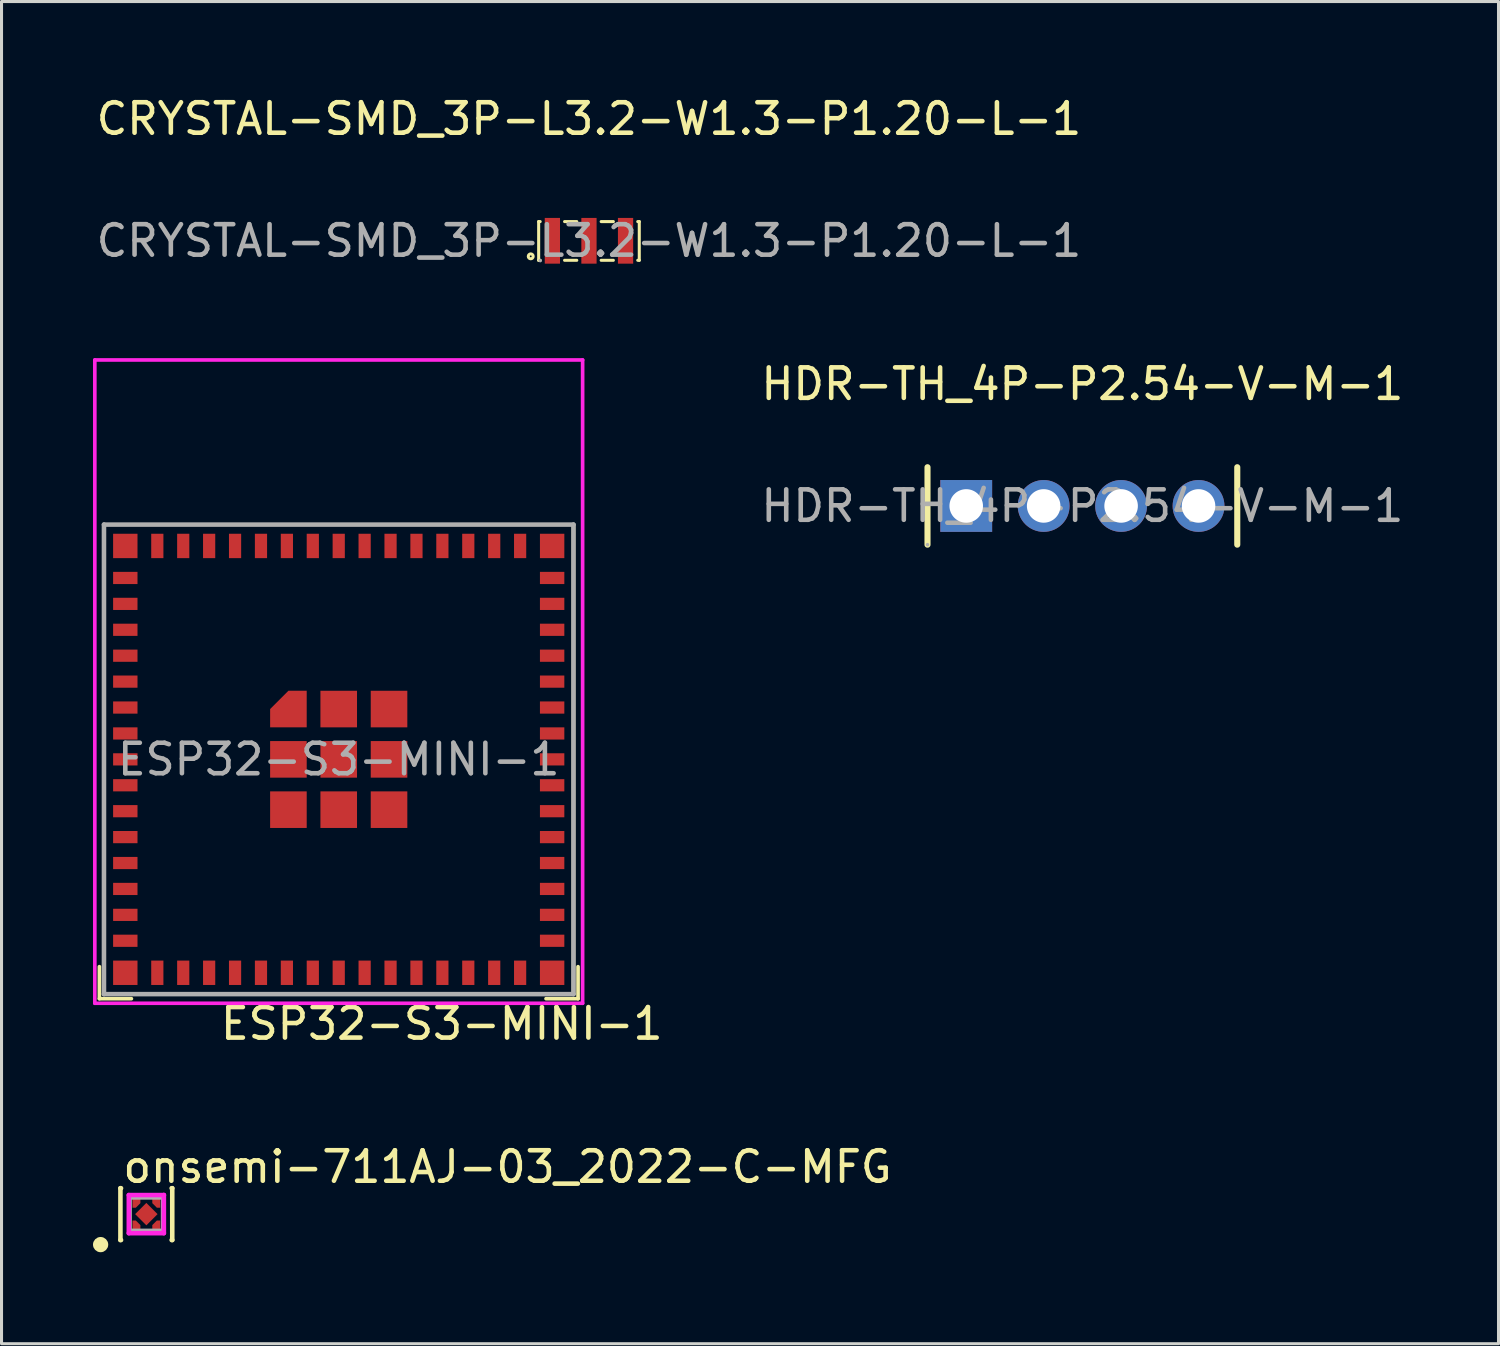
<source format=kicad_pcb>
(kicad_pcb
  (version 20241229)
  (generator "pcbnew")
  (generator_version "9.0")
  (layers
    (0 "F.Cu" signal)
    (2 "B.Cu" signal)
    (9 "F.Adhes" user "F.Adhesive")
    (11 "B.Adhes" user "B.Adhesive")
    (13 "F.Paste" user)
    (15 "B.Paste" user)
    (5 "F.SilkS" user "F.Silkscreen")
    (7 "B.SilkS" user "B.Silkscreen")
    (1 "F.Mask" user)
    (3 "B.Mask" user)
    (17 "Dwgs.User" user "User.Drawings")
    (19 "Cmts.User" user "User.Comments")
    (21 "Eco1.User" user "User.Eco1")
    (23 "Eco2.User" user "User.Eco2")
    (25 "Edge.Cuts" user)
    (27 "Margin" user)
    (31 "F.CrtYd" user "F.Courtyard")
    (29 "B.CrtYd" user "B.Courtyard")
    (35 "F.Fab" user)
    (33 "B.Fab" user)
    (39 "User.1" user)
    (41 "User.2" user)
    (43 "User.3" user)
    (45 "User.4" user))
  (footprint "onsemi-711AJ-03_2022-C-MFG"
    (layer "F.Cu")
    (at 1.75 36.773)
    (property "Reference" "onsemi-711AJ-03_2022-C-MFG" (at -0.85 -1.55 0) (layer "F.SilkS") (effects (font (size 1 1) (thickness 0.15)) (justify left)))
    (attr through_hole)
    (fp_line (start -0.85 -0.85) (end -0.83 -0.85) (stroke (width 0.15) (type solid)) (layer "F.SilkS"))
    (fp_line (start -0.85 0.85) (end -0.85 -0.85) (stroke (width 0.15) (type solid)) (layer "F.SilkS"))
    (fp_line (start -0.85 0.85) (end -0.83 0.85) (stroke (width 0.15) (type solid)) (layer "F.SilkS"))
    (fp_line (start 0.83 -0.85) (end 0.85 -0.85) (stroke (width 0.15) (type solid)) (layer "F.SilkS"))
    (fp_line (start 0.83 0.85) (end 0.85 0.85) (stroke (width 0.15) (type solid)) (layer "F.SilkS"))
    (fp_line (start 0.85 0.85) (end 0.85 -0.85) (stroke (width 0.15) (type solid)) (layer "F.SilkS"))
    (fp_circle (center -1.5 1) (end -1.375 1) (stroke (width 0.25) (type solid)) (fill no) (layer "F.SilkS"))
    (fp_line (start -0.575 -0.625) (end -0.575 0.625) (stroke (width 0.15) (type solid)) (layer "F.CrtYd"))
    (fp_line (start -0.575 0.625) (end 0.575 0.625) (stroke (width 0.15) (type solid)) (layer "F.CrtYd"))
    (fp_line (start 0.575 -0.625) (end -0.575 -0.625) (stroke (width 0.15) (type solid)) (layer "F.CrtYd"))
    (fp_line (start 0.575 -0.625) (end 0.575 -0.625) (stroke (width 0.15) (type solid)) (layer "F.CrtYd"))
    (fp_line (start 0.575 0.625) (end 0.575 -0.625) (stroke (width 0.15) (type solid)) (layer "F.CrtYd"))
    (fp_line (start -0.55 -0.55) (end 0.55 -0.55) (stroke (width 0.15) (type solid)) (layer "F.Fab"))
    (fp_line (start -0.55 0.55) (end -0.55 -0.55) (stroke (width 0.15) (type solid)) (layer "F.Fab"))
    (fp_line (start 0.55 -0.55) (end 0.55 0.55) (stroke (width 0.15) (type solid)) (layer "F.Fab"))
    (fp_line (start 0.55 0.55) (end -0.55 0.55) (stroke (width 0.15) (type solid)) (layer "F.Fab"))
    (pad "1" smd custom (at -0.325 0.405) (size 0.2 0.2) (layers "F.Cu" "F.Mask" "F.Paste") (options (anchor circle)) (primitives (gr_poly (pts (xy -0.13 0.195) (xy 0.13 0.195) (xy 0.13 -0.045) (xy -0.02 -0.195) (xy -0.13 -0.195) (xy -0.13 0.195)) (width 0) (fill yes))))
    (pad "2" smd custom (at 0.325 0.405) (size 0.2 0.2) (layers "F.Cu" "F.Mask" "F.Paste") (options (anchor circle)) (primitives (gr_poly (pts (xy 0.13 0.195) (xy 0.13 -0.195) (xy 0.02 -0.195) (xy -0.13 -0.045) (xy -0.13 0.195) (xy 0.13 0.195)) (width 0) (fill yes))))
    (pad "3" smd custom (at 0.325 -0.405) (size 0.2 0.2) (layers "F.Cu" "F.Mask" "F.Paste") (options (anchor circle)) (primitives (gr_poly (pts (xy 0.13 -0.195) (xy -0.13 -0.195) (xy -0.13 0.045) (xy 0.02 0.195) (xy 0.13 0.195) (xy 0.13 -0.195)) (width 0) (fill yes))))
    (pad "4" smd custom (at -0.325 -0.405) (size 0.2 0.2) (layers "F.Cu" "F.Mask" "F.Paste") (options (anchor circle)) (primitives (gr_poly (pts (xy -0.13 -0.195) (xy -0.13 0.195) (xy -0.02 0.195) (xy 0.13 0.045) (xy 0.13 -0.195) (xy -0.13 -0.195)) (width 0) (fill yes))))
    (pad "5" smd rect (at 0 0.000001 315) (size 0.52 0.52) (layers "F.Cu" "F.Mask" "F.Paste")))
  (footprint "ESP32-S3-MINI-1"
    (layer "F.Cu")
    (at 8.06 21.857)
    (property "Reference" "ESP32-S3-MINI-1" (at 3.38 8.67 0) (layer "F.SilkS") (effects (font (size 1 1) (thickness 0.15))))
    (attr smd)
    (fp_line (start -7.85 7.85) (end -7.85 6.8) (stroke (width 0.12) (type solid)) (layer "F.SilkS"))
    (fp_line (start -7.7 7.7) (end -7.7 -7.7) (stroke (width 0.12) (type solid)) (layer "F.SilkS"))
    (fp_line (start -6.8 7.85) (end -7.85 7.85) (stroke (width 0.12) (type solid)) (layer "F.SilkS"))
    (fp_line (start 6.8 7.85) (end 7.85 7.85) (stroke (width 0.12) (type solid)) (layer "F.SilkS"))
    (fp_line (start 7.7 -7.7) (end 7.7 7.7) (stroke (width 0.12) (type solid)) (layer "F.SilkS"))
    (fp_line (start 7.7 7.7) (end -7.7 7.7) (stroke (width 0.12) (type solid)) (layer "F.SilkS"))
    (fp_line (start 7.85 7.85) (end 7.85 6.8) (stroke (width 0.12) (type solid)) (layer "F.SilkS"))
    (fp_line (start -8 -13.1) (end -8 8) (stroke (width 0.12) (type solid)) (layer "F.CrtYd"))
    (fp_line (start -8 8) (end 8 8) (stroke (width 0.12) (type solid)) (layer "F.CrtYd"))
    (fp_line (start 8 -13.1) (end -8 -13.1) (stroke (width 0.12) (type solid)) (layer "F.CrtYd"))
    (fp_line (start 8 8) (end 8 -13.1) (stroke (width 0.12) (type solid)) (layer "F.CrtYd"))
    (fp_line (start -7.7 -7.7) (end -7.7 7.7) (stroke (width 0.15) (type solid)) (layer "F.Fab"))
    (fp_line (start -7.7 7.7) (end 7.7 7.7) (stroke (width 0.15) (type solid)) (layer "F.Fab"))
    (fp_line (start 7.7 -7.7) (end -7.7 -7.7) (stroke (width 0.15) (type solid)) (layer "F.Fab"))
    (fp_line (start 7.7 7.7) (end 7.7 -7.7) (stroke (width 0.15) (type solid)) (layer "F.Fab"))
    (fp_text user "${REFERENCE}" (at 0 0 0) (layer "F.Fab") (effects (font (size 1 1) (thickness 0.15))))
    (pad "1" smd rect (at -7 -5.95 90) (size 0.4 0.8) (layers "F.Cu" "F.Mask" "F.Paste"))
    (pad "2" smd rect (at -7 -5.1 90) (size 0.4 0.8) (layers "F.Cu" "F.Mask" "F.Paste"))
    (pad "3" smd rect (at -7 -4.25 90) (size 0.4 0.8) (layers "F.Cu" "F.Mask" "F.Paste"))
    (pad "4" smd rect (at -7 -3.4 90) (size 0.4 0.8) (layers "F.Cu" "F.Mask" "F.Paste"))
    (pad "5" smd rect (at -7 -2.55 90) (size 0.4 0.8) (layers "F.Cu" "F.Mask" "F.Paste"))
    (pad "6" smd rect (at -7 -1.7 90) (size 0.4 0.8) (layers "F.Cu" "F.Mask" "F.Paste"))
    (pad "7" smd rect (at -7 -0.85 90) (size 0.4 0.8) (layers "F.Cu" "F.Mask" "F.Paste"))
    (pad "8" smd rect (at -7 0 90) (size 0.4 0.8) (layers "F.Cu" "F.Mask" "F.Paste"))
    (pad "9" smd rect (at -7 0.85 90) (size 0.4 0.8) (layers "F.Cu" "F.Mask" "F.Paste"))
    (pad "10" smd rect (at -7 1.7 90) (size 0.4 0.8) (layers "F.Cu" "F.Mask" "F.Paste"))
    (pad "11" smd rect (at -7 2.55 90) (size 0.4 0.8) (layers "F.Cu" "F.Mask" "F.Paste"))
    (pad "12" smd rect (at -7 3.4 90) (size 0.4 0.8) (layers "F.Cu" "F.Mask" "F.Paste"))
    (pad "13" smd rect (at -7 4.25 90) (size 0.4 0.8) (layers "F.Cu" "F.Mask" "F.Paste"))
    (pad "14" smd rect (at -7 5.1 90) (size 0.4 0.8) (layers "F.Cu" "F.Mask" "F.Paste"))
    (pad "15" smd rect (at -7 5.95 90) (size 0.4 0.8) (layers "F.Cu" "F.Mask" "F.Paste"))
    (pad "16" smd rect (at -5.95 7) (size 0.4 0.8) (layers "F.Cu" "F.Mask" "F.Paste"))
    (pad "17" smd rect (at -5.1 7) (size 0.4 0.8) (layers "F.Cu" "F.Mask" "F.Paste"))
    (pad "18" smd rect (at -4.25 7) (size 0.4 0.8) (layers "F.Cu" "F.Mask" "F.Paste"))
    (pad "19" smd rect (at -3.4 7) (size 0.4 0.8) (layers "F.Cu" "F.Mask" "F.Paste"))
    (pad "20" smd rect (at -2.55 7) (size 0.4 0.8) (layers "F.Cu" "F.Mask" "F.Paste"))
    (pad "21" smd rect (at -1.7 7) (size 0.4 0.8) (layers "F.Cu" "F.Mask" "F.Paste"))
    (pad "22" smd rect (at -0.85 7) (size 0.4 0.8) (layers "F.Cu" "F.Mask" "F.Paste"))
    (pad "23" smd rect (at 0 7) (size 0.4 0.8) (layers "F.Cu" "F.Mask" "F.Paste"))
    (pad "24" smd rect (at 0.85 7) (size 0.4 0.8) (layers "F.Cu" "F.Mask" "F.Paste"))
    (pad "25" smd rect (at 1.7 7) (size 0.4 0.8) (layers "F.Cu" "F.Mask" "F.Paste"))
    (pad "26" smd rect (at 2.55 7) (size 0.4 0.8) (layers "F.Cu" "F.Mask" "F.Paste"))
    (pad "27" smd rect (at 3.4 7) (size 0.4 0.8) (layers "F.Cu" "F.Mask" "F.Paste"))
    (pad "28" smd rect (at 4.25 7) (size 0.4 0.8) (layers "F.Cu" "F.Mask" "F.Paste"))
    (pad "29" smd rect (at 5.1 7) (size 0.4 0.8) (layers "F.Cu" "F.Mask" "F.Paste"))
    (pad "30" smd rect (at 5.95 7) (size 0.4 0.8) (layers "F.Cu" "F.Mask" "F.Paste"))
    (pad "31" smd rect (at 7 5.95 90) (size 0.4 0.8) (layers "F.Cu" "F.Mask" "F.Paste"))
    (pad "32" smd rect (at 7 5.1 90) (size 0.4 0.8) (layers "F.Cu" "F.Mask" "F.Paste"))
    (pad "33" smd rect (at 7 4.25 90) (size 0.4 0.8) (layers "F.Cu" "F.Mask" "F.Paste"))
    (pad "34" smd rect (at 7 3.4 90) (size 0.4 0.8) (layers "F.Cu" "F.Mask" "F.Paste"))
    (pad "35" smd rect (at 7 2.55 90) (size 0.4 0.8) (layers "F.Cu" "F.Mask" "F.Paste"))
    (pad "36" smd rect (at 7 1.7 90) (size 0.4 0.8) (layers "F.Cu" "F.Mask" "F.Paste"))
    (pad "37" smd rect (at 7 0.85 90) (size 0.4 0.8) (layers "F.Cu" "F.Mask" "F.Paste"))
    (pad "38" smd rect (at 7 0 90) (size 0.4 0.8) (layers "F.Cu" "F.Mask" "F.Paste"))
    (pad "39" smd rect (at 7 -0.85 90) (size 0.4 0.8) (layers "F.Cu" "F.Mask" "F.Paste"))
    (pad "40" smd rect (at 7 -1.7 90) (size 0.4 0.8) (layers "F.Cu" "F.Mask" "F.Paste"))
    (pad "41" smd rect (at 7 -2.55 90) (size 0.4 0.8) (layers "F.Cu" "F.Mask" "F.Paste"))
    (pad "42" smd rect (at 7 -3.4 90) (size 0.4 0.8) (layers "F.Cu" "F.Mask" "F.Paste"))
    (pad "43" smd rect (at 7 -4.25 90) (size 0.4 0.8) (layers "F.Cu" "F.Mask" "F.Paste"))
    (pad "44" smd rect (at 7 -5.1 90) (size 0.4 0.8) (layers "F.Cu" "F.Mask" "F.Paste"))
    (pad "45" smd rect (at 7 -5.95 90) (size 0.4 0.8) (layers "F.Cu" "F.Mask" "F.Paste"))
    (pad "46" smd rect (at 5.95 -7) (size 0.4 0.8) (layers "F.Cu" "F.Mask" "F.Paste"))
    (pad "47" smd rect (at 5.1 -7) (size 0.4 0.8) (layers "F.Cu" "F.Mask" "F.Paste"))
    (pad "48" smd rect (at 4.25 -7) (size 0.4 0.8) (layers "F.Cu" "F.Mask" "F.Paste"))
    (pad "49" smd rect (at 3.4 -7) (size 0.4 0.8) (layers "F.Cu" "F.Mask" "F.Paste"))
    (pad "50" smd rect (at 2.55 -7) (size 0.4 0.8) (layers "F.Cu" "F.Mask" "F.Paste"))
    (pad "51" smd rect (at 1.7 -7) (size 0.4 0.8) (layers "F.Cu" "F.Mask" "F.Paste"))
    (pad "52" smd rect (at 0.85 -7) (size 0.4 0.8) (layers "F.Cu" "F.Mask" "F.Paste"))
    (pad "53" smd rect (at 0 -7) (size 0.4 0.8) (layers "F.Cu" "F.Mask" "F.Paste"))
    (pad "54" smd rect (at -0.85 -7) (size 0.4 0.8) (layers "F.Cu" "F.Mask" "F.Paste"))
    (pad "55" smd rect (at -1.7 -7) (size 0.4 0.8) (layers "F.Cu" "F.Mask" "F.Paste"))
    (pad "56" smd rect (at -2.55 -7) (size 0.4 0.8) (layers "F.Cu" "F.Mask" "F.Paste"))
    (pad "57" smd rect (at -3.4 -7) (size 0.4 0.8) (layers "F.Cu" "F.Mask" "F.Paste"))
    (pad "58" smd rect (at -4.25 -7) (size 0.4 0.8) (layers "F.Cu" "F.Mask" "F.Paste"))
    (pad "59" smd rect (at -5.1 -7) (size 0.4 0.8) (layers "F.Cu" "F.Mask" "F.Paste"))
    (pad "60" smd rect (at -5.95 -7) (size 0.4 0.8) (layers "F.Cu" "F.Mask" "F.Paste"))
    (pad "61" smd custom (at -1.65 -1.65) (size 0.6 0.6) (layers "F.Cu" "F.Mask" "F.Paste") (options (anchor rect)) (primitives (gr_poly (pts (xy 0.6 0.6) (xy -0.6 0.6) (xy -0.6 0) (xy 0 -0.6) (xy 0.6 -0.6)) (width 0) (fill yes))))
    (pad "61" smd rect (at -1.65 0) (size 1.2 1.2) (layers "F.Cu" "F.Mask" "F.Paste"))
    (pad "61" smd rect (at -1.65 1.65) (size 1.2 1.2) (layers "F.Cu" "F.Mask" "F.Paste"))
    (pad "61" smd rect (at 0 -1.65) (size 1.2 1.2) (layers "F.Cu" "F.Mask" "F.Paste"))
    (pad "61" smd rect (at 0 0) (size 1.2 1.2) (layers "F.Cu" "F.Mask" "F.Paste"))
    (pad "61" smd rect (at 0 1.65) (size 1.2 1.2) (layers "F.Cu" "F.Mask" "F.Paste"))
    (pad "61" smd rect (at 1.65 -1.65) (size 1.2 1.2) (layers "F.Cu" "F.Mask" "F.Paste"))
    (pad "61" smd rect (at 1.65 0) (size 1.2 1.2) (layers "F.Cu" "F.Mask" "F.Paste"))
    (pad "61" smd rect (at 1.65 1.65) (size 1.2 1.2) (layers "F.Cu" "F.Mask" "F.Paste"))
    (pad "62" smd rect (at -7 -7 180) (size 0.8 0.8) (layers "F.Cu" "F.Mask" "F.Paste"))
    (pad "63" smd rect (at -7 7 180) (size 0.8 0.8) (layers "F.Cu" "F.Mask" "F.Paste"))
    (pad "64" smd rect (at 7 7 180) (size 0.8 0.8) (layers "F.Cu" "F.Mask" "F.Paste"))
    (pad "65" smd rect (at 7 -7 180) (size 0.8 0.8) (layers "F.Cu" "F.Mask" "F.Paste"))
    (zone (net_name "") (layers "F.Cu" "B.Cu") (name "antenna keepout") (hatch edge 0.508) (connect_pads) (min_thickness 0.254) (filled_areas_thickness no) (keepout (tracks not_allowed) (vias not_allowed) (pads not_allowed) (copperpour not_allowed) (footprints not_allowed)) (placement (enabled no)) (fill) (polygon (pts (xy 15.76 14.156) (xy 0.36 14.156) (xy 0.36 9.056) (xy 15.76 9.056)))))
  (footprint "HDR-TH_4P-P2.54-V-M-1"
    (layer "F.Cu")
    (at 32.452 13.545)
    (property "Reference" "HDR-TH_4P-P2.54-V-M-1" (at 0 -4 0) (layer "F.SilkS") (effects (font (size 1 1) (thickness 0.15))))
    (attr through_hole)
    (fp_line (start -5.08 1.27) (end -5.08 -1.27) (stroke (width 0.2) (type solid)) (layer "F.SilkS"))
    (fp_line (start 5.08 -1.27) (end 5.08 1.27) (stroke (width 0.2) (type solid)) (layer "F.SilkS"))
    (fp_circle (center -5.08 1.27) (end -5.05 1.27) (stroke (width 0.06) (type solid)) (fill no) (layer "F.Fab"))
    (fp_text user "${REFERENCE}" (at 0 0 0) (layer "F.Fab") (effects (font (size 1 1) (thickness 0.15))))
    (pad "1" thru_hole rect (at -3.81 0) (size 1.7 1.7) (drill 1.1) (layers "*.Cu" "*.Mask"))
    (pad "2" thru_hole circle (at -1.27 0) (size 1.7 1.7) (drill 1.1) (layers "*.Cu" "*.Mask"))
    (pad "3" thru_hole circle (at 1.27 0) (size 1.7 1.7) (drill 1.1) (layers "*.Cu" "*.Mask"))
    (pad "4" thru_hole circle (at 3.81 0) (size 1.7 1.7) (drill 1.1) (layers "*.Cu" "*.Mask")))
  (footprint "CRYSTAL-SMD_3P-L3.2-W1.3-P1.20-L-1"
    (layer "F.Cu")
    (at 16.268 4.848)
    (property "Reference" "CRYSTAL-SMD_3P-L3.2-W1.3-P1.20-L-1" (at 0 -4 0) (layer "F.SilkS") (effects (font (size 1 1) (thickness 0.15))))
    (attr smd)
    (fp_line (start -1.65 -0.63) (end -1.6 -0.63) (stroke (width 0.1) (type solid)) (layer "F.SilkS"))
    (fp_line (start -1.65 0.64) (end -1.65 -0.63) (stroke (width 0.1) (type solid)) (layer "F.SilkS"))
    (fp_line (start -1.6 0.64) (end -1.65 0.64) (stroke (width 0.1) (type solid)) (layer "F.SilkS"))
    (fp_line (start -0.8 -0.63) (end -0.4 -0.63) (stroke (width 0.1) (type solid)) (layer "F.SilkS"))
    (fp_line (start -0.4 0.64) (end -0.8 0.64) (stroke (width 0.1) (type solid)) (layer "F.SilkS"))
    (fp_line (start 0.4 -0.63) (end 0.8 -0.63) (stroke (width 0.1) (type solid)) (layer "F.SilkS"))
    (fp_line (start 0.8 0.64) (end 0.4 0.64) (stroke (width 0.1) (type solid)) (layer "F.SilkS"))
    (fp_line (start 1.6 -0.63) (end 1.65 -0.63) (stroke (width 0.1) (type solid)) (layer "F.SilkS"))
    (fp_line (start 1.65 -0.63) (end 1.65 0.64) (stroke (width 0.1) (type solid)) (layer "F.SilkS"))
    (fp_line (start 1.65 0.64) (end 1.6 0.64) (stroke (width 0.1) (type solid)) (layer "F.SilkS"))
    (fp_circle (center -1.91 0.51) (end -1.83 0.51) (stroke (width 0.1) (type solid)) (fill no) (layer "F.SilkS"))
    (fp_circle (center -1.6 0.65) (end -1.57 0.65) (stroke (width 0.06) (type solid)) (fill no) (layer "F.Fab"))
    (fp_text user "${REFERENCE}" (at 0 0 0) (layer "F.Fab") (effects (font (size 1 1) (thickness 0.15))))
    (pad "1" smd rect (at -1.2 0) (size 0.5 1.5) (layers "F.Cu" "F.Mask" "F.Paste"))
    (pad "2" smd rect (at 0 0) (size 0.5 1.5) (layers "F.Cu" "F.Mask" "F.Paste"))
    (pad "3" smd rect (at 1.2 0) (size 0.5 1.5) (layers "F.Cu" "F.Mask" "F.Paste")))
  (gr_rect
    (start -3 -3)
    (end 46.101 41.023)
    (stroke (width 0.1) (type default))
    (fill no)
    (layer "Edge.Cuts")))
</source>
